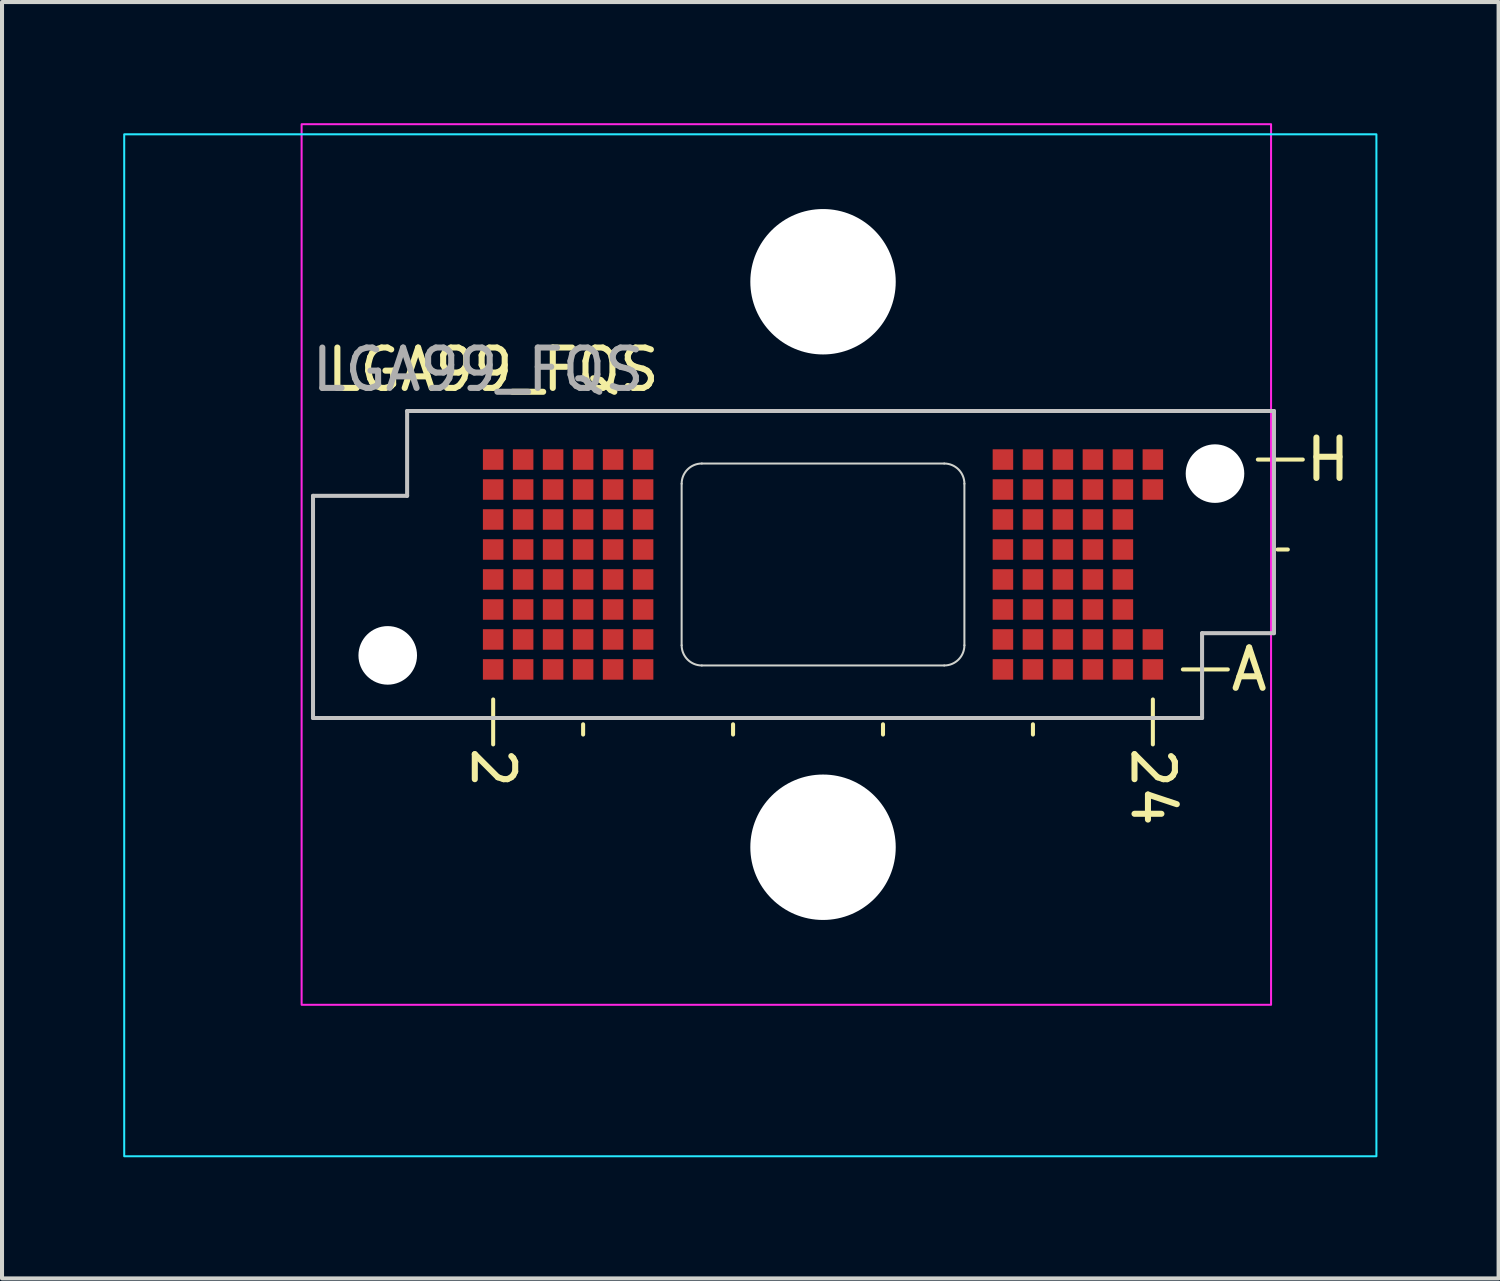
<source format=kicad_pcb>
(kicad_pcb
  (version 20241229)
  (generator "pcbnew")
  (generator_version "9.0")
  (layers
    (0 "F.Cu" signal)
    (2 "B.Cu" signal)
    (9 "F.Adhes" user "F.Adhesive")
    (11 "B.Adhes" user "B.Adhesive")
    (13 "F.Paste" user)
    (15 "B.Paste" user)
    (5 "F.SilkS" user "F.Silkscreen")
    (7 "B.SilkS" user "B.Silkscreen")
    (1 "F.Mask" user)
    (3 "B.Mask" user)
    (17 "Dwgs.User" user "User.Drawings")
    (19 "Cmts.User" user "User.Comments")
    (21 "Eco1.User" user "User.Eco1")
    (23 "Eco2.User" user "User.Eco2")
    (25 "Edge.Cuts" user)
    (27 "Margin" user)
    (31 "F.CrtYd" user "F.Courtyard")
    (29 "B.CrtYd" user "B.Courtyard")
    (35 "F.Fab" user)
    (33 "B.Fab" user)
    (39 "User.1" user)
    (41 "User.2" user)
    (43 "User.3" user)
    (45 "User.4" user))
  (footprint "LGA99_FQS"
    (layer "F.Cu")
    (at 17.325 10.925)
    (property "Reference" "LGA99_FQS" (at -8.166 -4.826 0) (unlocked yes) (layer "F.SilkS") (effects (font (size 1 1) (thickness 0.15))))
    (attr smd)
    (fp_line (start -8.166 4.454) (end -8.166 3.341) (stroke (width 0.1) (type default)) (layer "F.SilkS"))
    (fp_line (start -5.939 3.956) (end -5.939 4.21) (stroke (width 0.1) (type solid)) (layer "F.SilkS"))
    (fp_line (start -2.227 3.956) (end -2.227 4.21) (stroke (width 0.1) (type solid)) (layer "F.SilkS"))
    (fp_line (start 1.485 3.956) (end 1.485 4.21) (stroke (width 0.1) (type solid)) (layer "F.SilkS"))
    (fp_line (start 5.197 3.956) (end 5.197 4.21) (stroke (width 0.1) (type solid)) (layer "F.SilkS"))
    (fp_line (start 8.166 4.454) (end 8.166 3.341) (stroke (width 0.1) (type default)) (layer "F.SilkS"))
    (fp_line (start 10.022 2.598) (end 8.909 2.598) (stroke (width 0.1) (type default)) (layer "F.SilkS"))
    (fp_line (start 11.253 -0.371) (end 11.507 -0.371) (stroke (width 0.1) (type solid)) (layer "F.SilkS"))
    (fp_line (start 11.878 -2.598) (end 10.765 -2.598) (stroke (width 0.1) (type default)) (layer "F.SilkS"))
    (fp_line (start -12.626 -1.7) (end -12.626 3.8) (stroke (width 0.1) (type default)) (layer "Dwgs.User"))
    (fp_line (start -12.626 3.8) (end 9.384 3.8) (stroke (width 0.1) (type default)) (layer "Dwgs.User"))
    (fp_line (start -10.296 -3.8) (end -10.296 -1.7) (stroke (width 0.1) (type default)) (layer "Dwgs.User"))
    (fp_line (start -10.296 -1.7) (end -12.626 -1.7) (stroke (width 0.1) (type default)) (layer "Dwgs.User"))
    (fp_line (start 9.384 1.7) (end 11.164 1.7) (stroke (width 0.1) (type default)) (layer "Dwgs.User"))
    (fp_line (start 9.384 3.8) (end 9.384 1.7) (stroke (width 0.1) (type default)) (layer "Dwgs.User"))
    (fp_line (start 11.164 -3.8) (end -10.296 -3.8) (stroke (width 0.1) (type default)) (layer "Dwgs.User"))
    (fp_line (start 11.164 1.7) (end 11.164 -3.8) (stroke (width 0.1) (type default)) (layer "Dwgs.User"))
    (fp_line (start -3.5 2) (end -3.5 -2) (stroke (width 0.05) (type default)) (layer "Edge.Cuts"))
    (fp_line (start 3 -2.5) (end -3 -2.5) (stroke (width 0.05) (type default)) (layer "Edge.Cuts"))
    (fp_line (start 3 2.5) (end -3 2.5) (stroke (width 0.05) (type default)) (layer "Edge.Cuts"))
    (fp_line (start 3.5 2) (end 3.5 -2) (stroke (width 0.05) (type default)) (layer "Edge.Cuts"))
    (fp_arc (start -3.4996 -2) (mid -3.353153 -2.353553) (end -2.9996 -2.5) (stroke (width 0.05) (type default)) (layer "Edge.Cuts"))
    (fp_arc (start -2.9996 2.5) (mid -3.353153 2.353553) (end -3.4996 2) (stroke (width 0.05) (type default)) (layer "Edge.Cuts"))
    (fp_arc (start 3.0004 -2.5) (mid 3.353953 -2.353553) (end 3.5004 -2) (stroke (width 0.05) (type default)) (layer "Edge.Cuts"))
    (fp_arc (start 3.5004 2) (mid 3.353953 2.353553) (end 3.0004 2.5) (stroke (width 0.05) (type default)) (layer "Edge.Cuts"))
    (fp_rect (start -17.3 -10.65) (end 13.7 14.65) (stroke (width 0.05) (type default)) (fill no) (layer "B.CrtYd"))
    (fp_rect (start -12.908 -10.9) (end 11.092 10.9) (stroke (width 0.05) (type default)) (fill no) (layer "F.CrtYd"))
    (fp_text user "24" (at 8.166 4.454 270) (unlocked yes) (layer "F.SilkS") (effects (font (size 1 1) (thickness 0.15)) (justify left)))
    (fp_text user "H" (at 11.878 -2.598 0) (unlocked yes) (layer "F.SilkS") (effects (font (size 1 1) (thickness 0.15)) (justify left)))
    (fp_text user "A" (at 10.022 2.598 0) (unlocked yes) (layer "F.SilkS") (effects (font (size 1 1) (thickness 0.15)) (justify left)))
    (fp_text user "2" (at -8.166 4.454 270) (unlocked yes) (layer "F.SilkS") (effects (font (size 1 1) (thickness 0.15)) (justify left)))
    (fp_text user "${REFERENCE}" (at -8.538 -4.826 0) (unlocked yes) (layer "F.Fab") (effects (font (size 1 1) (thickness 0.15))))
    (pad "" np_thru_hole circle (at -10.776 2.25 180) (size 1.45 1.45) (drill 1.45) (layers "*.Cu" "*.Mask"))
    (pad "" np_thru_hole circle (at 0.0004 -7) (size 3.6 3.6) (drill 3.6) (layers "*.Cu" "*.Mask"))
    (pad "" np_thru_hole circle (at 0.0004 7) (size 3.6 3.6) (drill 3.6) (layers "*.Cu" "*.Mask"))
    (pad "" np_thru_hole circle (at 9.704 -2.25 180) (size 1.45 1.45) (drill 1.45) (layers "*.Cu" "*.Mask"))
    (pad "A2" smd rect (at -8.166 2.598 180) (size 0.508 0.508) (layers "F.Cu" "F.Mask"))
    (pad "A3" smd rect (at -7.424 2.598 180) (size 0.508 0.508) (layers "F.Cu" "F.Mask"))
    (pad "A4" smd rect (at -6.682 2.598 180) (size 0.508 0.508) (layers "F.Cu" "F.Mask"))
    (pad "A5" smd rect (at -5.939 2.598 180) (size 0.508 0.508) (layers "F.Cu" "F.Mask"))
    (pad "A6" smd rect (at -5.197 2.598 180) (size 0.508 0.508) (layers "F.Cu" "F.Mask"))
    (pad "A7" smd rect (at -4.454 2.598 180) (size 0.508 0.508) (layers "F.Cu" "F.Mask"))
    (pad "A19" smd rect (at 4.454 2.598 180) (size 0.508 0.508) (layers "F.Cu" "F.Mask"))
    (pad "A20" smd rect (at 5.197 2.598 180) (size 0.508 0.508) (layers "F.Cu" "F.Mask"))
    (pad "A21" smd rect (at 5.939 2.598 180) (size 0.508 0.508) (layers "F.Cu" "F.Mask"))
    (pad "A22" smd rect (at 6.682 2.598 180) (size 0.508 0.508) (layers "F.Cu" "F.Mask"))
    (pad "A23" smd rect (at 7.424 2.598 180) (size 0.508 0.508) (layers "F.Cu" "F.Mask"))
    (pad "A24" smd rect (at 8.166 2.598 180) (size 0.508 0.508) (layers "F.Cu" "F.Mask"))
    (pad "B2" smd rect (at -8.166 1.856 180) (size 0.508 0.508) (layers "F.Cu" "F.Mask"))
    (pad "B3" smd rect (at -7.424 1.856 180) (size 0.508 0.508) (layers "F.Cu" "F.Mask"))
    (pad "B4" smd rect (at -6.682 1.856 180) (size 0.508 0.508) (layers "F.Cu" "F.Mask"))
    (pad "B5" smd rect (at -5.939 1.856 180) (size 0.508 0.508) (layers "F.Cu" "F.Mask"))
    (pad "B6" smd rect (at -5.197 1.856 180) (size 0.508 0.508) (layers "F.Cu" "F.Mask"))
    (pad "B7" smd rect (at -4.454 1.856 180) (size 0.508 0.508) (layers "F.Cu" "F.Mask"))
    (pad "B19" smd rect (at 4.454 1.856 180) (size 0.508 0.508) (layers "F.Cu" "F.Mask"))
    (pad "B20" smd rect (at 5.197 1.856 180) (size 0.508 0.508) (layers "F.Cu" "F.Mask"))
    (pad "B21" smd rect (at 5.939 1.856 180) (size 0.508 0.508) (layers "F.Cu" "F.Mask"))
    (pad "B22" smd rect (at 6.682 1.856 180) (size 0.508 0.508) (layers "F.Cu" "F.Mask"))
    (pad "B23" smd rect (at 7.424 1.856 180) (size 0.508 0.508) (layers "F.Cu" "F.Mask"))
    (pad "B24" smd rect (at 8.166 1.856 180) (size 0.508 0.508) (layers "F.Cu" "F.Mask"))
    (pad "C2" smd rect (at -8.166 1.114 180) (size 0.508 0.508) (layers "F.Cu" "F.Mask"))
    (pad "C3" smd rect (at -7.424 1.114 180) (size 0.508 0.508) (layers "F.Cu" "F.Mask"))
    (pad "C4" smd rect (at -6.682 1.114 180) (size 0.508 0.508) (layers "F.Cu" "F.Mask"))
    (pad "C5" smd rect (at -5.939 1.114 180) (size 0.508 0.508) (layers "F.Cu" "F.Mask"))
    (pad "C6" smd rect (at -5.197 1.114 180) (size 0.508 0.508) (layers "F.Cu" "F.Mask"))
    (pad "C7" smd rect (at -4.454 1.114 180) (size 0.508 0.508) (layers "F.Cu" "F.Mask"))
    (pad "C19" smd rect (at 4.454 1.114 180) (size 0.508 0.508) (layers "F.Cu" "F.Mask"))
    (pad "C20" smd rect (at 5.197 1.114 180) (size 0.508 0.508) (layers "F.Cu" "F.Mask"))
    (pad "C21" smd rect (at 5.939 1.114 180) (size 0.508 0.508) (layers "F.Cu" "F.Mask"))
    (pad "C22" smd rect (at 6.682 1.114 180) (size 0.508 0.508) (layers "F.Cu" "F.Mask"))
    (pad "C23" smd rect (at 7.424 1.114 180) (size 0.508 0.508) (layers "F.Cu" "F.Mask"))
    (pad "D2" smd rect (at -8.166 0.371 180) (size 0.508 0.508) (layers "F.Cu" "F.Mask"))
    (pad "D3" smd rect (at -7.424 0.371 180) (size 0.508 0.508) (layers "F.Cu" "F.Mask"))
    (pad "D4" smd rect (at -6.682 0.371 180) (size 0.508 0.508) (layers "F.Cu" "F.Mask"))
    (pad "D5" smd rect (at -5.939 0.371 180) (size 0.508 0.508) (layers "F.Cu" "F.Mask"))
    (pad "D6" smd rect (at -5.197 0.371 180) (size 0.508 0.508) (layers "F.Cu" "F.Mask"))
    (pad "D7" smd rect (at -4.454 0.371 180) (size 0.508 0.508) (layers "F.Cu" "F.Mask"))
    (pad "D19" smd rect (at 4.454 0.371 180) (size 0.508 0.508) (layers "F.Cu" "F.Mask"))
    (pad "D20" smd rect (at 5.197 0.371 180) (size 0.508 0.508) (layers "F.Cu" "F.Mask"))
    (pad "D21" smd rect (at 5.939 0.371 180) (size 0.508 0.508) (layers "F.Cu" "F.Mask"))
    (pad "D22" smd rect (at 6.682 0.371 180) (size 0.508 0.508) (layers "F.Cu" "F.Mask"))
    (pad "D23" smd rect (at 7.424 0.371 180) (size 0.508 0.508) (layers "F.Cu" "F.Mask"))
    (pad "E2" smd rect (at -8.166 -0.371 180) (size 0.508 0.508) (layers "F.Cu" "F.Mask"))
    (pad "E3" smd rect (at -7.424 -0.371 180) (size 0.508 0.508) (layers "F.Cu" "F.Mask"))
    (pad "E4" smd rect (at -6.682 -0.371 180) (size 0.508 0.508) (layers "F.Cu" "F.Mask"))
    (pad "E5" smd rect (at -5.939 -0.371 180) (size 0.508 0.508) (layers "F.Cu" "F.Mask"))
    (pad "E6" smd rect (at -5.197 -0.371 180) (size 0.508 0.508) (layers "F.Cu" "F.Mask"))
    (pad "E7" smd rect (at -4.454 -0.371 180) (size 0.508 0.508) (layers "F.Cu" "F.Mask"))
    (pad "E19" smd rect (at 4.454 -0.371 180) (size 0.508 0.508) (layers "F.Cu" "F.Mask"))
    (pad "E20" smd rect (at 5.197 -0.371 180) (size 0.508 0.508) (layers "F.Cu" "F.Mask"))
    (pad "E21" smd rect (at 5.939 -0.371 180) (size 0.508 0.508) (layers "F.Cu" "F.Mask"))
    (pad "E22" smd rect (at 6.682 -0.371 180) (size 0.508 0.508) (layers "F.Cu" "F.Mask"))
    (pad "E23" smd rect (at 7.424 -0.371 180) (size 0.508 0.508) (layers "F.Cu" "F.Mask"))
    (pad "F2" smd rect (at -8.166 -1.114 180) (size 0.508 0.508) (layers "F.Cu" "F.Mask"))
    (pad "F3" smd rect (at -7.424 -1.114 180) (size 0.508 0.508) (layers "F.Cu" "F.Mask"))
    (pad "F4" smd rect (at -6.682 -1.114 180) (size 0.508 0.508) (layers "F.Cu" "F.Mask"))
    (pad "F5" smd rect (at -5.939 -1.114 180) (size 0.508 0.508) (layers "F.Cu" "F.Mask"))
    (pad "F6" smd rect (at -5.197 -1.114 180) (size 0.508 0.508) (layers "F.Cu" "F.Mask"))
    (pad "F7" smd rect (at -4.454 -1.114 180) (size 0.508 0.508) (layers "F.Cu" "F.Mask"))
    (pad "F19" smd rect (at 4.454 -1.114 180) (size 0.508 0.508) (layers "F.Cu" "F.Mask"))
    (pad "F20" smd rect (at 5.197 -1.114 180) (size 0.508 0.508) (layers "F.Cu" "F.Mask"))
    (pad "F21" smd rect (at 5.939 -1.114 180) (size 0.508 0.508) (layers "F.Cu" "F.Mask"))
    (pad "F22" smd rect (at 6.682 -1.114 180) (size 0.508 0.508) (layers "F.Cu" "F.Mask"))
    (pad "F23" smd rect (at 7.424 -1.114 180) (size 0.508 0.508) (layers "F.Cu" "F.Mask"))
    (pad "G2" smd rect (at -8.166 -1.856 180) (size 0.508 0.508) (layers "F.Cu" "F.Mask"))
    (pad "G3" smd rect (at -7.424 -1.856 180) (size 0.508 0.508) (layers "F.Cu" "F.Mask"))
    (pad "G4" smd rect (at -6.682 -1.856 180) (size 0.508 0.508) (layers "F.Cu" "F.Mask"))
    (pad "G5" smd rect (at -5.939 -1.856 180) (size 0.508 0.508) (layers "F.Cu" "F.Mask"))
    (pad "G6" smd rect (at -5.197 -1.856 180) (size 0.508 0.508) (layers "F.Cu" "F.Mask"))
    (pad "G7" smd rect (at -4.454 -1.856 180) (size 0.508 0.508) (layers "F.Cu" "F.Mask"))
    (pad "G19" smd rect (at 4.454 -1.856 180) (size 0.508 0.508) (layers "F.Cu" "F.Mask"))
    (pad "G20" smd rect (at 5.197 -1.856 180) (size 0.508 0.508) (layers "F.Cu" "F.Mask"))
    (pad "G21" smd rect (at 5.939 -1.856 180) (size 0.508 0.508) (layers "F.Cu" "F.Mask"))
    (pad "G22" smd rect (at 6.682 -1.856 180) (size 0.508 0.508) (layers "F.Cu" "F.Mask"))
    (pad "G23" smd rect (at 7.424 -1.856 180) (size 0.508 0.508) (layers "F.Cu" "F.Mask"))
    (pad "G24" smd rect (at 8.166 -1.856 180) (size 0.508 0.508) (layers "F.Cu" "F.Mask"))
    (pad "H2" smd rect (at -8.166 -2.598 180) (size 0.508 0.508) (layers "F.Cu" "F.Mask"))
    (pad "H3" smd rect (at -7.424 -2.598 180) (size 0.508 0.508) (layers "F.Cu" "F.Mask"))
    (pad "H4" smd rect (at -6.682 -2.598 180) (size 0.508 0.508) (layers "F.Cu" "F.Mask"))
    (pad "H5" smd rect (at -5.939 -2.598 180) (size 0.508 0.508) (layers "F.Cu" "F.Mask"))
    (pad "H6" smd rect (at -5.197 -2.598 180) (size 0.508 0.508) (layers "F.Cu" "F.Mask"))
    (pad "H7" smd rect (at -4.454 -2.598 180) (size 0.508 0.508) (layers "F.Cu" "F.Mask"))
    (pad "H19" smd rect (at 4.454 -2.598 180) (size 0.508 0.508) (layers "F.Cu" "F.Mask"))
    (pad "H20" smd rect (at 5.197 -2.598 180) (size 0.508 0.508) (layers "F.Cu" "F.Mask"))
    (pad "H21" smd rect (at 5.939 -2.598 180) (size 0.508 0.508) (layers "F.Cu" "F.Mask"))
    (pad "H22" smd rect (at 6.682 -2.598 180) (size 0.508 0.508) (layers "F.Cu" "F.Mask"))
    (pad "H23" smd rect (at 7.424 -2.598 180) (size 0.508 0.508) (layers "F.Cu" "F.Mask"))
    (pad "H24" smd rect (at 8.166 -2.598 180) (size 0.508 0.508) (layers "F.Cu" "F.Mask")))
  (gr_rect
    (start -3 -3)
    (end 34.05 28.6)
    (stroke (width 0.1) (type default))
    (fill no)
    (layer "Edge.Cuts")))
</source>
